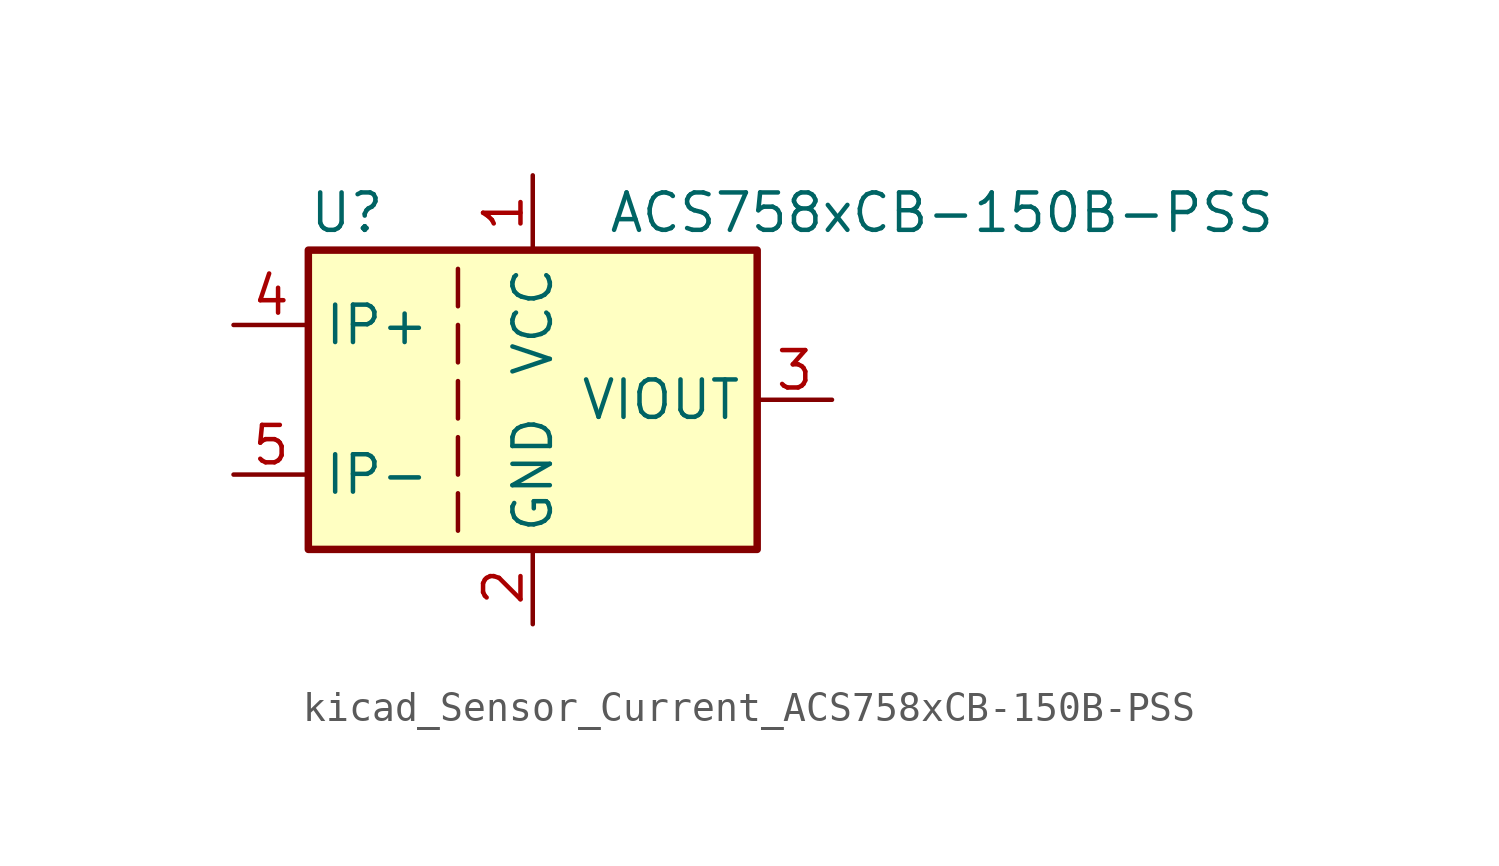
<source format=kicad_sym>
(kicad_symbol_lib
  (version 20220914)
  (generator kicad_symbol_editor)
  (symbol "kicad_Sensor_Current_ACS758xCB-150B-PSS"
    (property "Reference" "U"
      (at -7.62 6.35 0)
      (effects (font (size 1.27 1.27)) (justify left)))
    (property "Value" "ACS758xCB-150B-PSS"
      (at 2.54 6.35 0)
      (effects (font (size 1.27 1.27)) (justify left)))
    (symbol "kicad_Sensor_Current_ACS758xCB-150B-PSS_0_1"
      (rectangle (start -7.62 5.08) (end 7.62 -5.08) (stroke (width 0.254) (type default)) (fill (type background)))
      (polyline (pts (xy -2.54 -3.175) (xy -2.54 -4.445)) (stroke (width 0) (type default)) (fill (type none)))
      (polyline (pts (xy -2.54 -1.27) (xy -2.54 -2.54)) (stroke (width 0) (type default)) (fill (type none)))
      (polyline (pts (xy -2.54 0.635) (xy -2.54 -0.635)) (stroke (width 0) (type default)) (fill (type none)))
      (polyline (pts (xy -2.54 1.27) (xy -2.54 2.54)) (stroke (width 0) (type default)) (fill (type none)))
      (polyline (pts (xy -2.54 3.175) (xy -2.54 4.445)) (stroke (width 0) (type default)) (fill (type none))))
    (symbol "kicad_Sensor_Current_ACS758xCB-150B-PSS_1_1"
      (pin power_in line (at 0 7.62 270) (length 2.54) (name "VCC" (effects (font (size 1.27 1.27)))) (number "1" (effects (font (size 1.27 1.27)))))
      (pin power_in line (at 0 -7.62 90) (length 2.54) (name "GND" (effects (font (size 1.27 1.27)))) (number "2" (effects (font (size 1.27 1.27)))))
      (pin output line (at 10.16 0 180) (length 2.54) (name "VIOUT" (effects (font (size 1.27 1.27)))) (number "3" (effects (font (size 1.27 1.27)))))
      (pin passive line (at -10.16 2.54 0) (length 2.54) (name "IP+" (effects (font (size 1.27 1.27)))) (number "4" (effects (font (size 1.27 1.27)))))
      (pin passive line (at -10.16 -2.54 0) (length 2.54) (name "IP-" (effects (font (size 1.27 1.27)))) (number "5" (effects (font (size 1.27 1.27))))))))
</source>
